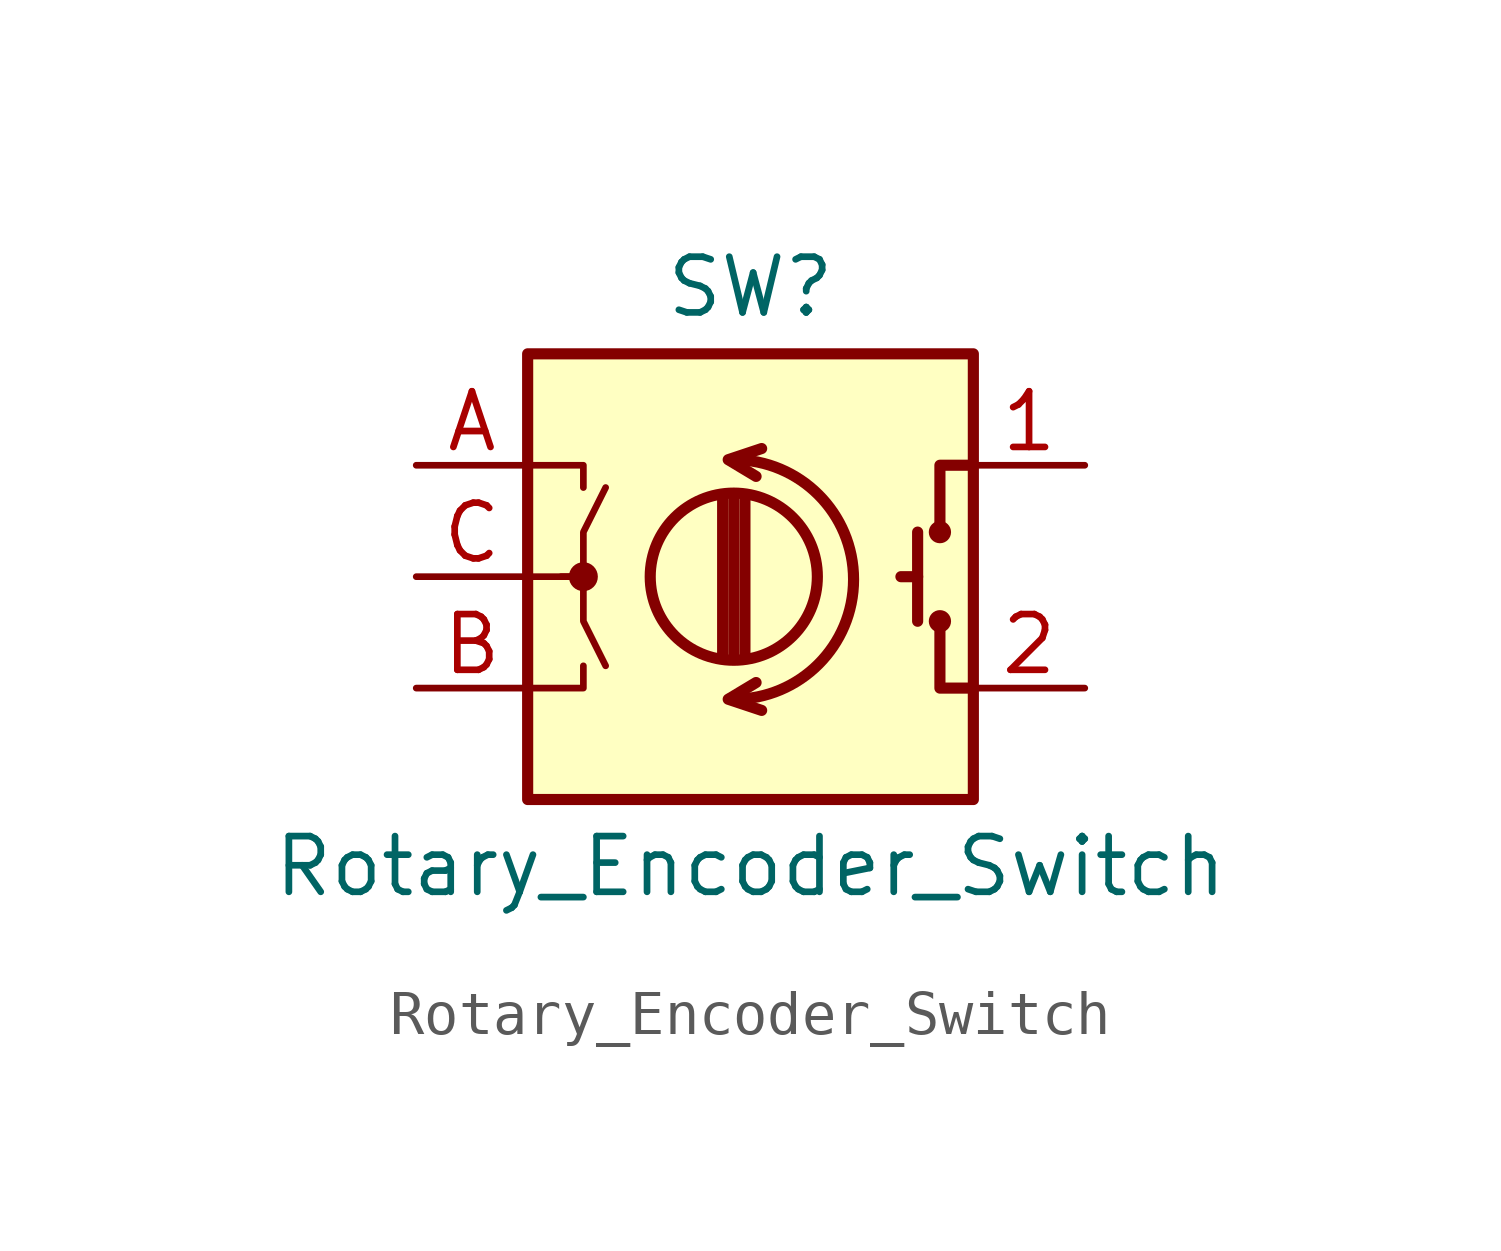
<source format=kicad_sym>
(kicad_symbol_lib
  (version 20211014)
  (generator kicad_symbol_editor)
  (symbol "Rotary_Encoder_Switch"
    (pin_names
      (offset 0.254) hide)
    (property "Reference" "SW"
      (at 0 6.604 0)
      (effects (font (size 1.27 1.27))))
    (property "Value" "Rotary_Encoder_Switch"
      (at 0 -6.604 0)
      (effects (font (size 1.27 1.27))))
    (symbol "Rotary_Encoder_Switch_0_1"
      (rectangle (start -5.08 5.08) (end 5.08 -5.08) (stroke (width 0.254) (type default) (color 0 0 0 0)) (fill (type background)))
      (circle (center -3.81 0) (radius 0.254) (stroke (width 0) (type default) (color 0 0 0 0)) (fill (type outline)))
      (arc (start -0.381 -2.794) (mid 2.3622 -0.0508) (end -0.381 2.667) (stroke (width 0.254) (type default) (color 0 0 0 0)) (fill (type none)))
      (circle (center -0.381 0) (radius 1.905) (stroke (width 0.254) (type default) (color 0 0 0 0)) (fill (type none)))
      (polyline (pts (xy -0.635 -1.778) (xy -0.635 1.778)) (stroke (width 0.254) (type default) (color 0 0 0 0)) (fill (type none)))
      (polyline (pts (xy -0.381 -1.778) (xy -0.381 1.778)) (stroke (width 0.254) (type default) (color 0 0 0 0)) (fill (type none)))
      (polyline (pts (xy -0.127 1.778) (xy -0.127 -1.778)) (stroke (width 0.254) (type default) (color 0 0 0 0)) (fill (type none)))
      (polyline (pts (xy 3.81 0) (xy 3.429 0)) (stroke (width 0.254) (type default) (color 0 0 0 0)) (fill (type none)))
      (polyline (pts (xy 3.81 1.016) (xy 3.81 -1.016)) (stroke (width 0.254) (type default) (color 0 0 0 0)) (fill (type none)))
      (polyline (pts (xy -5.08 -2.54) (xy -3.81 -2.54) (xy -3.81 -2.032)) (stroke (width 0) (type default) (color 0 0 0 0)) (fill (type none)))
      (polyline (pts (xy -5.08 2.54) (xy -3.81 2.54) (xy -3.81 2.032)) (stroke (width 0) (type default) (color 0 0 0 0)) (fill (type none)))
      (polyline (pts (xy 0.254 -3.048) (xy -0.508 -2.794) (xy 0.127 -2.413)) (stroke (width 0.254) (type default) (color 0 0 0 0)) (fill (type none)))
      (polyline (pts (xy 0.254 2.921) (xy -0.508 2.667) (xy 0.127 2.286)) (stroke (width 0.254) (type default) (color 0 0 0 0)) (fill (type none)))
      (polyline (pts (xy 5.08 -2.54) (xy 4.318 -2.54) (xy 4.318 -1.016)) (stroke (width 0.254) (type default) (color 0 0 0 0)) (fill (type none)))
      (polyline (pts (xy 5.08 2.54) (xy 4.318 2.54) (xy 4.318 1.016)) (stroke (width 0.254) (type default) (color 0 0 0 0)) (fill (type none)))
      (polyline (pts (xy -5.08 0) (xy -3.81 0) (xy -3.81 -1.016) (xy -3.302 -2.032)) (stroke (width 0) (type default) (color 0 0 0 0)) (fill (type none)))
      (polyline (pts (xy -4.318 0) (xy -3.81 0) (xy -3.81 1.016) (xy -3.302 2.032)) (stroke (width 0) (type default) (color 0 0 0 0)) (fill (type none)))
      (circle (center 4.318 -1.016) (radius 0.127) (stroke (width 0.254) (type default) (color 0 0 0 0)) (fill (type none)))
      (circle (center 4.318 1.016) (radius 0.127) (stroke (width 0.254) (type default) (color 0 0 0 0)) (fill (type none))))
    (symbol "Rotary_Encoder_Switch_1_1"
      (pin passive line (at 7.62 2.54 180) (length 2.54) (name "S1" (effects (font (size 1.27 1.27)))) (number "1" (effects (font (size 1.27 1.27)))))
      (pin passive line (at 7.62 -2.54 180) (length 2.54) (name "S2" (effects (font (size 1.27 1.27)))) (number "2" (effects (font (size 1.27 1.27)))))
      (pin passive line (at -7.62 2.54 0) (length 2.54) (name "A" (effects (font (size 1.27 1.27)))) (number "A" (effects (font (size 1.27 1.27)))))
      (pin passive line (at -7.62 -2.54 0) (length 2.54) (name "B" (effects (font (size 1.27 1.27)))) (number "B" (effects (font (size 1.27 1.27)))))
      (pin passive line (at -7.62 0 0) (length 2.54) (name "C" (effects (font (size 1.27 1.27)))) (number "C" (effects (font (size 1.27 1.27))))))))
</source>
